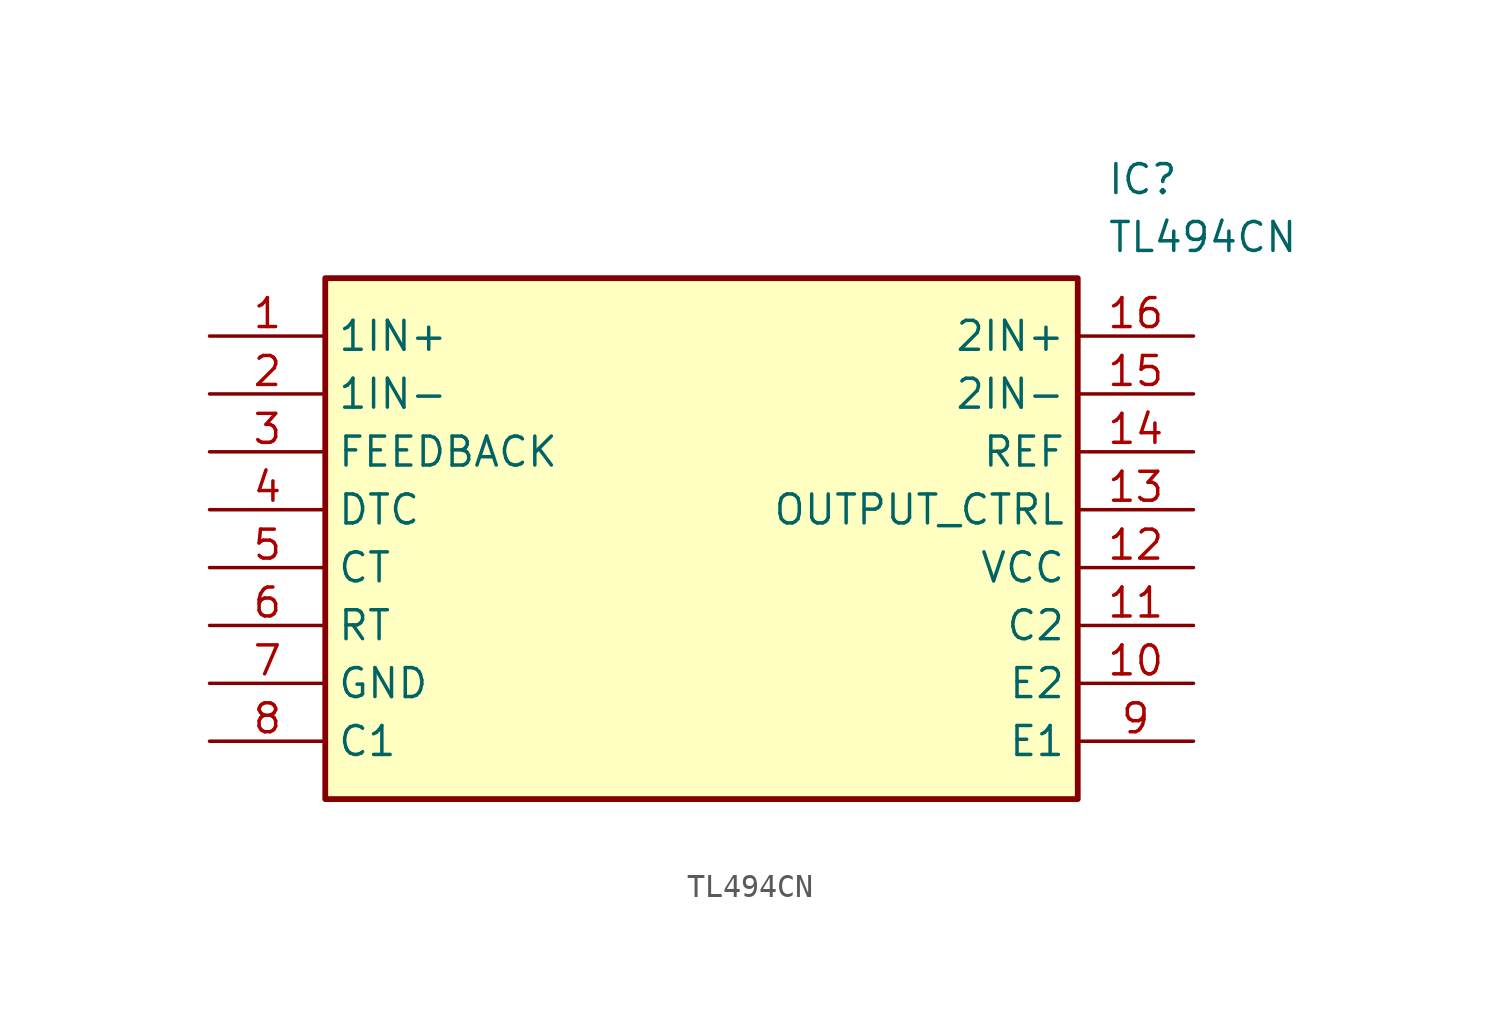
<source format=kicad_sym>
(kicad_symbol_lib
  (version 20211014)
  (generator SamacSys_ECAD_Model)
  (symbol "TL494CN"
    (property "Reference" "IC"
      (at 39.37 7.62 0)
      (effects (font (size 1.27 1.27)) (justify left top)))
    (property "Value" "TL494CN"
      (at 39.37 5.08 0)
      (effects (font (size 1.27 1.27)) (justify left top)))
    (rectangle
      (start 5.08 2.54)
      (end 38.1 -20.32)
      (stroke (width 0.254) (type default))
      (fill (type background)))
    (pin passive line
      (at 0 0 0)
      (length 5.08)
      (name "1IN+" (effects (font (size 1.27 1.27))))
      (number "1" (effects (font (size 1.27 1.27)))))
    (pin passive line
      (at 0 -2.54 0)
      (length 5.08)
      (name "1IN-" (effects (font (size 1.27 1.27))))
      (number "2" (effects (font (size 1.27 1.27)))))
    (pin passive line
      (at 0 -5.08 0)
      (length 5.08)
      (name "FEEDBACK" (effects (font (size 1.27 1.27))))
      (number "3" (effects (font (size 1.27 1.27)))))
    (pin passive line
      (at 0 -7.62 0)
      (length 5.08)
      (name "DTC" (effects (font (size 1.27 1.27))))
      (number "4" (effects (font (size 1.27 1.27)))))
    (pin passive line
      (at 0 -10.16 0)
      (length 5.08)
      (name "CT" (effects (font (size 1.27 1.27))))
      (number "5" (effects (font (size 1.27 1.27)))))
    (pin passive line
      (at 0 -12.7 0)
      (length 5.08)
      (name "RT" (effects (font (size 1.27 1.27))))
      (number "6" (effects (font (size 1.27 1.27)))))
    (pin passive line
      (at 0 -15.24 0)
      (length 5.08)
      (name "GND" (effects (font (size 1.27 1.27))))
      (number "7" (effects (font (size 1.27 1.27)))))
    (pin passive line
      (at 0 -17.78 0)
      (length 5.08)
      (name "C1" (effects (font (size 1.27 1.27))))
      (number "8" (effects (font (size 1.27 1.27)))))
    (pin passive line
      (at 43.18 0 180)
      (length 5.08)
      (name "2IN+" (effects (font (size 1.27 1.27))))
      (number "16" (effects (font (size 1.27 1.27)))))
    (pin passive line
      (at 43.18 -2.54 180)
      (length 5.08)
      (name "2IN-" (effects (font (size 1.27 1.27))))
      (number "15" (effects (font (size 1.27 1.27)))))
    (pin passive line
      (at 43.18 -5.08 180)
      (length 5.08)
      (name "REF" (effects (font (size 1.27 1.27))))
      (number "14" (effects (font (size 1.27 1.27)))))
    (pin passive line
      (at 43.18 -7.62 180)
      (length 5.08)
      (name "OUTPUT_CTRL" (effects (font (size 1.27 1.27))))
      (number "13" (effects (font (size 1.27 1.27)))))
    (pin passive line
      (at 43.18 -10.16 180)
      (length 5.08)
      (name "VCC" (effects (font (size 1.27 1.27))))
      (number "12" (effects (font (size 1.27 1.27)))))
    (pin passive line
      (at 43.18 -12.7 180)
      (length 5.08)
      (name "C2" (effects (font (size 1.27 1.27))))
      (number "11" (effects (font (size 1.27 1.27)))))
    (pin passive line
      (at 43.18 -15.24 180)
      (length 5.08)
      (name "E2" (effects (font (size 1.27 1.27))))
      (number "10" (effects (font (size 1.27 1.27)))))
    (pin passive line
      (at 43.18 -17.78 180)
      (length 5.08)
      (name "E1" (effects (font (size 1.27 1.27))))
      (number "9" (effects (font (size 1.27 1.27)))))))
</source>
